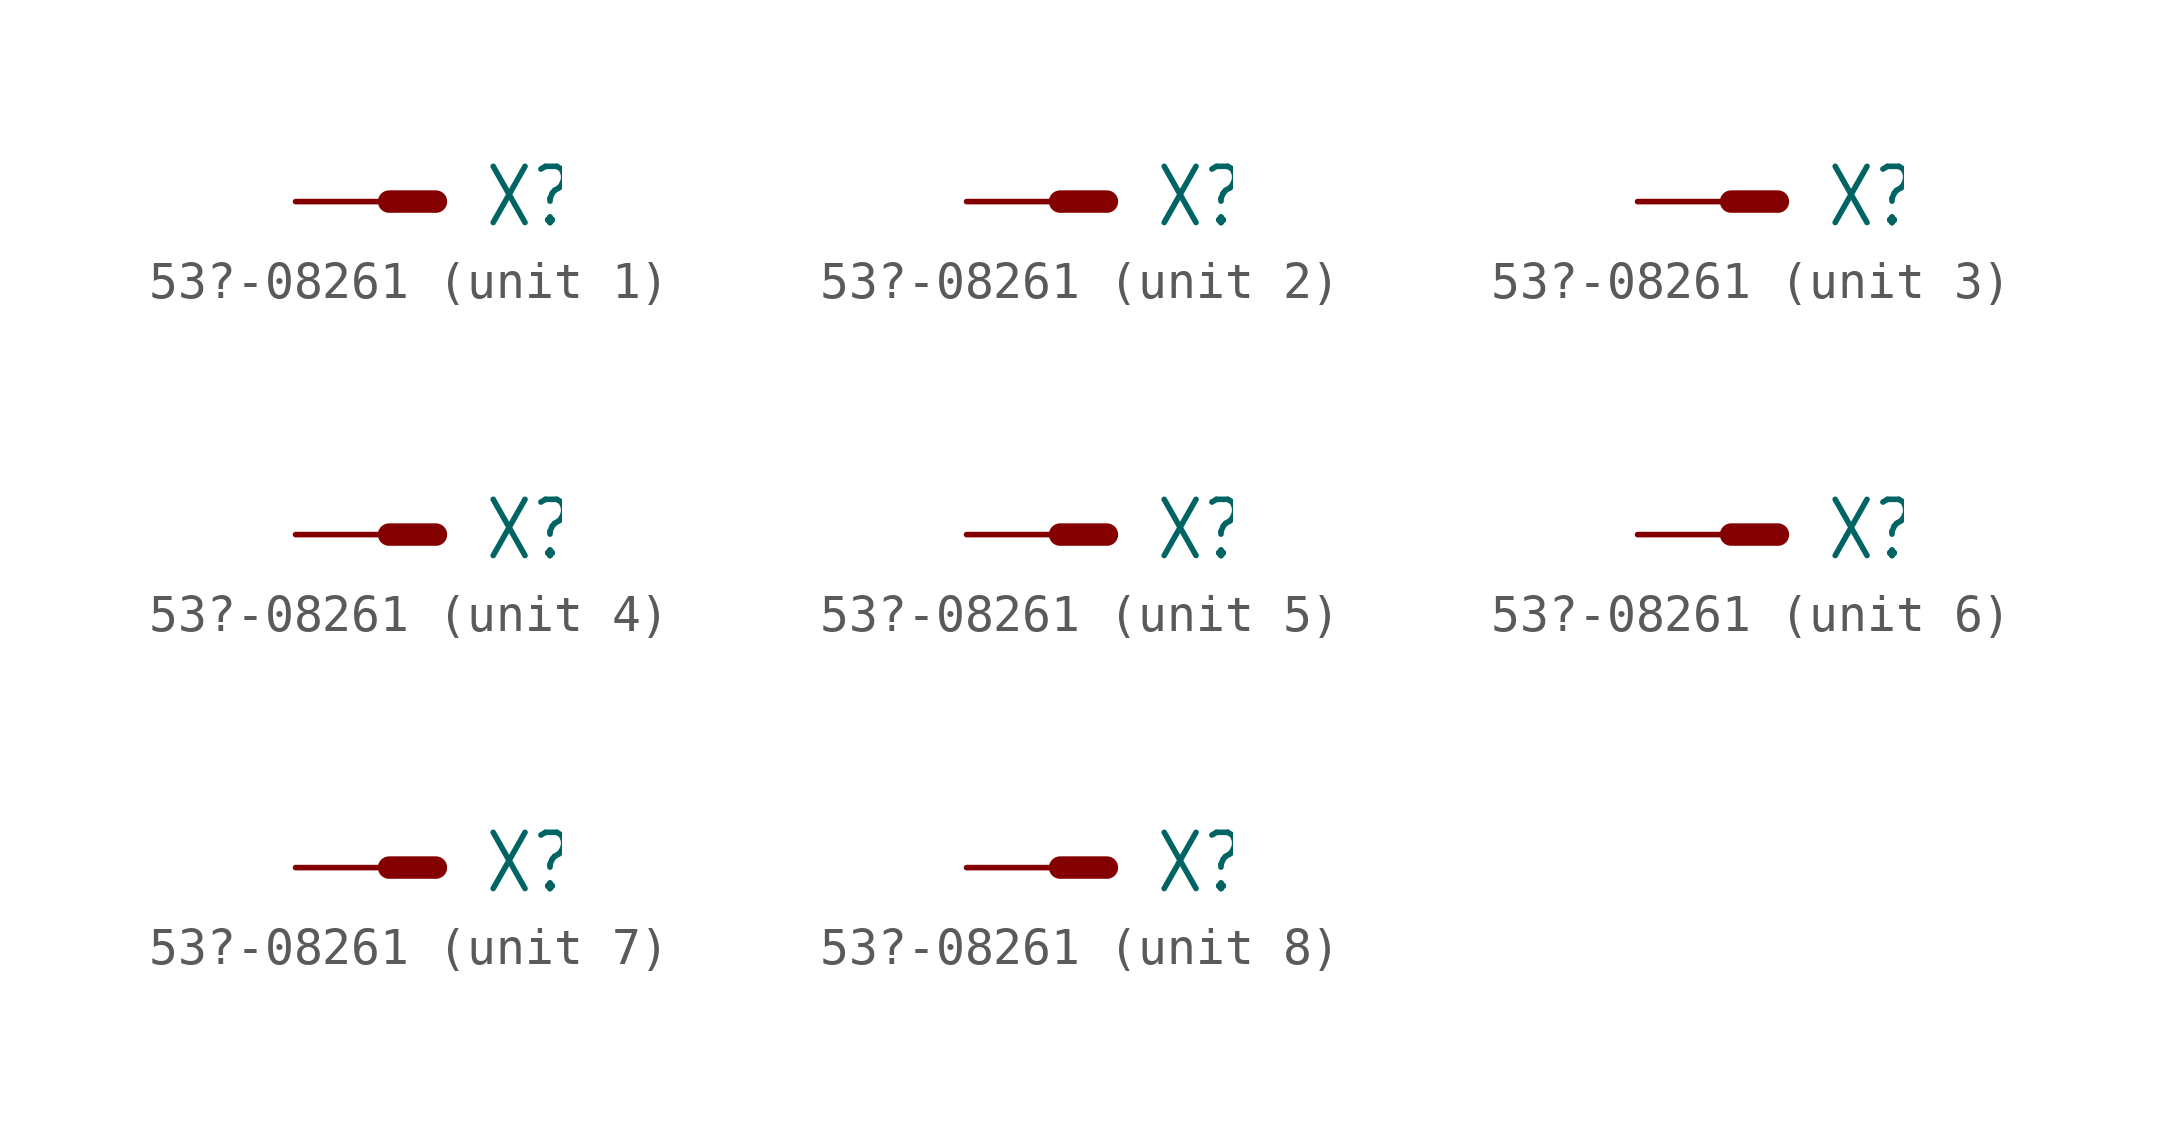
<source format=kicad_sym>
(kicad_symbol_lib
  (version 20211014)
  (generator kicad_symbol_editor)
  (symbol "53?-08261"
    (property "Reference" "X"
      (at 2.54 -0.762 0)
      (effects (font (size 1.524 1.295)) (justify left bottom)))
    (property "ki_locked" ""
      (at 0 0 0)
      (effects (font (size 1.27 1.27))))
    (symbol "53?-08261_1_0"
      (polyline (pts (xy 1.27 0) (xy 0 0)) (stroke (width 0.61) (type default) (color 0 0 0 0)) (fill (type none)))
      (pin passive line (at -2.54 0 0) (length 2.54) (name "S" (effects (font (size 0 0)))) (number "1" (effects (font (size 0 0))))))
    (symbol "53?-08261_2_0"
      (polyline (pts (xy 1.27 0) (xy 0 0)) (stroke (width 0.61) (type default) (color 0 0 0 0)) (fill (type none)))
      (pin passive line (at -2.54 0 0) (length 2.54) (name "S" (effects (font (size 0 0)))) (number "2" (effects (font (size 0 0))))))
    (symbol "53?-08261_3_0"
      (polyline (pts (xy 1.27 0) (xy 0 0)) (stroke (width 0.61) (type default) (color 0 0 0 0)) (fill (type none)))
      (pin passive line (at -2.54 0 0) (length 2.54) (name "S" (effects (font (size 0 0)))) (number "3" (effects (font (size 0 0))))))
    (symbol "53?-08261_4_0"
      (polyline (pts (xy 1.27 0) (xy 0 0)) (stroke (width 0.61) (type default) (color 0 0 0 0)) (fill (type none)))
      (pin passive line (at -2.54 0 0) (length 2.54) (name "S" (effects (font (size 0 0)))) (number "4" (effects (font (size 0 0))))))
    (symbol "53?-08261_5_0"
      (polyline (pts (xy 1.27 0) (xy 0 0)) (stroke (width 0.61) (type default) (color 0 0 0 0)) (fill (type none)))
      (pin passive line (at -2.54 0 0) (length 2.54) (name "S" (effects (font (size 0 0)))) (number "5" (effects (font (size 0 0))))))
    (symbol "53?-08261_6_0"
      (polyline (pts (xy 1.27 0) (xy 0 0)) (stroke (width 0.61) (type default) (color 0 0 0 0)) (fill (type none)))
      (pin passive line (at -2.54 0 0) (length 2.54) (name "S" (effects (font (size 0 0)))) (number "6" (effects (font (size 0 0))))))
    (symbol "53?-08261_7_0"
      (polyline (pts (xy 1.27 0) (xy 0 0)) (stroke (width 0.61) (type default) (color 0 0 0 0)) (fill (type none)))
      (pin passive line (at -2.54 0 0) (length 2.54) (name "S" (effects (font (size 0 0)))) (number "7" (effects (font (size 0 0))))))
    (symbol "53?-08261_8_0"
      (polyline (pts (xy 1.27 0) (xy 0 0)) (stroke (width 0.61) (type default) (color 0 0 0 0)) (fill (type none)))
      (pin passive line (at -2.54 0 0) (length 2.54) (name "S" (effects (font (size 0 0)))) (number "8" (effects (font (size 0 0))))))))
</source>
